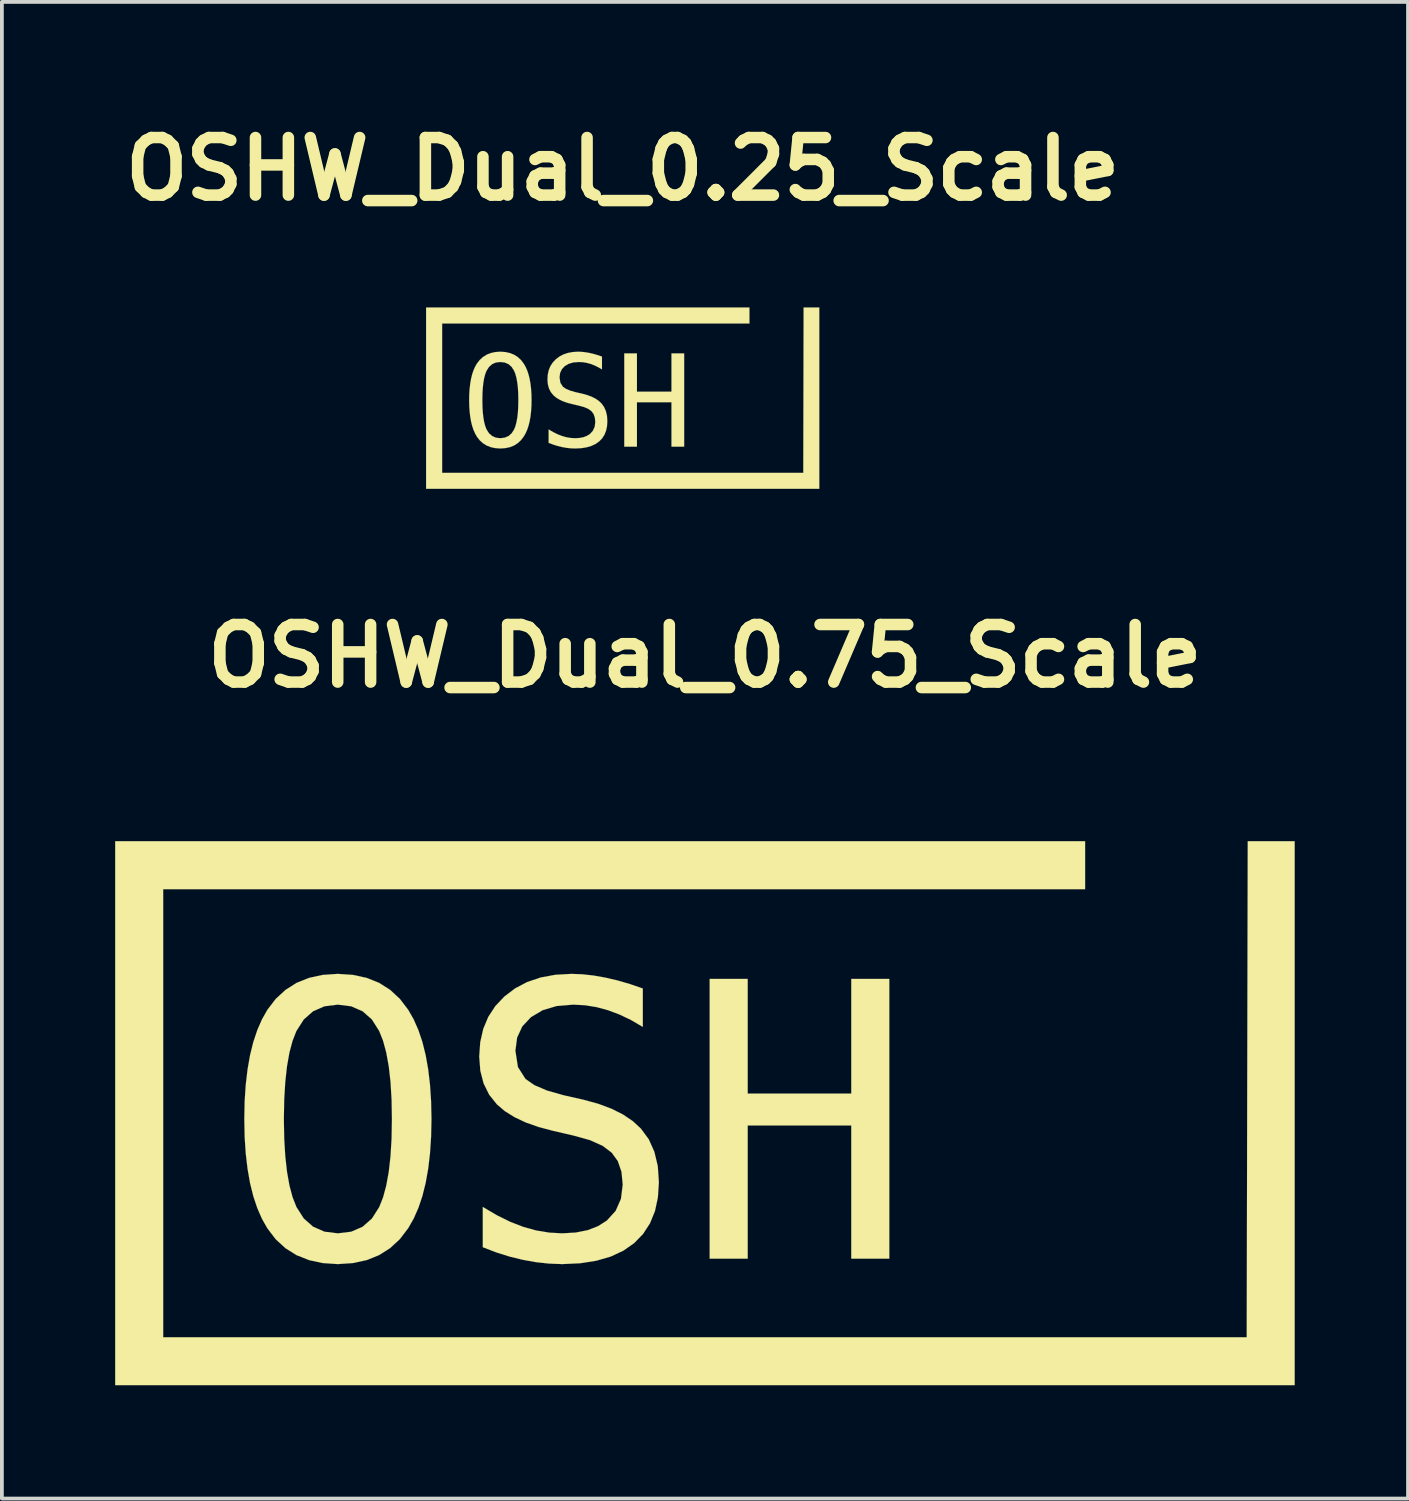
<source format=kicad_pcb>
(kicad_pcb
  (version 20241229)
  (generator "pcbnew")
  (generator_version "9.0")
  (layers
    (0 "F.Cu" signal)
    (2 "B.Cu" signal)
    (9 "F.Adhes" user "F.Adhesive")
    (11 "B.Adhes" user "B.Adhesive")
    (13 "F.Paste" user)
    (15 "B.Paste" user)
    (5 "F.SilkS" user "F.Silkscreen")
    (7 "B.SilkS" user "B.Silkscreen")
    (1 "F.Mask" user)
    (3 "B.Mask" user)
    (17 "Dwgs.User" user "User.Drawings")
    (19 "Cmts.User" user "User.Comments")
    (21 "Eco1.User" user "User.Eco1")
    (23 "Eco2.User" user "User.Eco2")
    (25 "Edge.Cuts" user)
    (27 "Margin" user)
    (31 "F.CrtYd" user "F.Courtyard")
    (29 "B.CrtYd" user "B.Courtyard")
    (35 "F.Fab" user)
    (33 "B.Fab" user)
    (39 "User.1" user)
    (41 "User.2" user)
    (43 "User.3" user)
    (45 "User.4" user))
  (footprint "OSHW_Dual_0.75_Scale"
    (layer "F.Cu")
    (at 15.618 25.502)
    (property "Reference" "OSHW_Dual_0.75_Scale" (at 0 -11.179 0) (layer "F.SilkS") (effects (font (size 1.524 1.524) (thickness 0.305))))
    (attr through_hole)
    (fp_poly (pts (xy 5.557 -2.628) (xy 6.534 -2.628) (xy 7.244 3.385) (xy 8.087 -0.594) (xy 9.134 -0.594) (xy 9.987 3.395) (xy 12.39 -8.131) (xy 13.367 -8.131) (xy 10.568 4.779) (xy 9.62 4.779) (xy 8.613 0.379) (xy 7.611 4.779) (xy 6.663 4.779) (xy 5.557 -2.628)) (stroke (width 0.003) (type solid)) (fill yes) (layer "F.Mask"))
    (fp_poly (pts (xy 0.125 -2.628) (xy 1.132 -2.628) (xy 1.132 0.408) (xy 3.875 0.408) (xy 3.875 -2.628) (xy 4.882 -2.628) (xy 4.882 4.779) (xy 3.875 4.779) (xy 3.875 1.252) (xy 1.132 1.252) (xy 1.132 4.779) (xy 0.125 4.779) (xy 0.125 -2.628)) (stroke (width 0.003) (type solid)) (fill yes) (layer "F.SilkS"))
    (fp_poly (pts (xy -15.617 -6.275) (xy -15.617 -5.64) (xy -15.617 7.496) (xy -15.617 8.131) (xy -14.982 8.131) (xy 14.982 8.131) (xy 15.617 8.131) (xy 15.617 7.496) (xy 15.617 -6.275) (xy 14.374 -6.275) (xy 14.347 6.861) (xy -14.347 6.861) (xy -14.347 -5.005) (xy 10.067 -5.005) (xy 10.067 -6.275) (xy -14.982 -6.275) (xy -15.617 -6.275)) (stroke (width 0.003) (type solid)) (fill yes) (layer "F.SilkS"))
    (fp_poly (pts (xy -1.646 -2.375) (xy -1.646 -1.358) (xy -1.951 -1.537) (xy -2.257 -1.684) (xy -2.564 -1.799) (xy -2.869 -1.882) (xy -3.177 -1.932) (xy -3.487 -1.948) (xy -3.927 -1.911) (xy -4.3 -1.8) (xy -4.608 -1.616) (xy -4.837 -1.372) (xy -4.974 -1.076) (xy -5.02 -0.728) (xy -4.953 -0.295) (xy -4.752 0.021) (xy -4.518 0.184) (xy -4.181 0.328) (xy -3.74 0.453) (xy -3.214 0.572) (xy -2.82 0.68) (xy -2.471 0.811) (xy -2.167 0.964) (xy -1.909 1.139) (xy -1.696 1.336) (xy -1.487 1.62) (xy -1.339 1.951) (xy -1.249 2.329) (xy -1.22 2.755) (xy -1.246 3.157) (xy -1.324 3.52) (xy -1.455 3.842) (xy -1.639 4.125) (xy -1.874 4.367) (xy -2.16 4.567) (xy -2.494 4.723) (xy -2.875 4.834) (xy -3.303 4.901) (xy -3.779 4.923) (xy -4.127 4.91) (xy -4.476 4.872) (xy -4.826 4.809) (xy -5.177 4.723) (xy -5.53 4.612) (xy -5.883 4.476) (xy -5.883 3.41) (xy -5.51 3.63) (xy -5.151 3.807) (xy -4.806 3.94) (xy -4.465 4.034) (xy -4.123 4.09) (xy -3.779 4.109) (xy -3.421 4.088) (xy -3.105 4.025) (xy -2.831 3.919) (xy -2.599 3.772) (xy -2.364 3.514) (xy -2.224 3.196) (xy -2.177 2.819) (xy -2.21 2.478) (xy -2.307 2.195) (xy -2.47 1.971) (xy -2.709 1.791) (xy -3.045 1.64) (xy -3.477 1.52) (xy -4.013 1.396) (xy -4.403 1.293) (xy -4.748 1.171) (xy -5.047 1.03) (xy -5.302 0.87) (xy -5.511 0.691) (xy -5.715 0.435) (xy -5.861 0.139) (xy -5.948 -0.197) (xy -5.977 -0.574) (xy -5.95 -0.955) (xy -5.871 -1.304) (xy -5.738 -1.622) (xy -5.552 -1.907) (xy -5.312 -2.161) (xy -5.027 -2.378) (xy -4.707 -2.546) (xy -4.351 -2.666) (xy -3.961 -2.738) (xy -3.536 -2.762) (xy -3.247 -2.751) (xy -2.948 -2.718) (xy -2.638 -2.663) (xy -2.319 -2.589) (xy -1.988 -2.493) (xy -1.646 -2.375)) (stroke (width 0.003) (type solid)) (fill yes) (layer "F.SilkS"))
    (fp_poly (pts (xy -8.289 1.083) (xy -7.242 1.083) (xy -7.252 1.551) (xy -7.281 1.989) (xy -7.329 2.396) (xy -7.396 2.772) (xy -7.482 3.118) (xy -7.588 3.433) (xy -7.713 3.717) (xy -7.857 3.97) (xy -8.079 4.261) (xy -8.336 4.499) (xy -8.629 4.685) (xy -8.958 4.817) (xy -9.322 4.896) (xy -9.723 4.923) (xy -10.123 4.896) (xy -10.488 4.817) (xy -10.816 4.686) (xy -11.109 4.502) (xy -11.367 4.265) (xy -11.588 3.975) (xy -11.731 3.723) (xy -11.855 3.439) (xy -11.96 3.124) (xy -12.046 2.778) (xy -12.112 2.401) (xy -12.16 1.993) (xy -12.189 1.554) (xy -12.198 1.083) (xy -12.189 0.613) (xy -12.16 0.175) (xy -12.112 -0.233) (xy -12.046 -0.61) (xy -11.96 -0.956) (xy -11.855 -1.271) (xy -11.731 -1.556) (xy -11.588 -1.809) (xy -11.365 -2.1) (xy -11.107 -2.338) (xy -10.814 -2.524) (xy -10.485 -2.656) (xy -10.122 -2.735) (xy -9.723 -2.762) (xy -9.322 -2.735) (xy -8.958 -2.656) (xy -8.629 -2.524) (xy -8.336 -2.338) (xy -8.079 -2.1) (xy -7.857 -1.809) (xy -7.713 -1.556) (xy -7.588 -1.271) (xy -7.482 -0.956) (xy -7.396 -0.61) (xy -7.329 -0.233) (xy -7.281 0.175) (xy -7.252 0.613) (xy -7.242 1.083) (xy -8.289 1.083) (xy -8.298 0.565) (xy -8.326 0.099) (xy -8.373 -0.316) (xy -8.439 -0.679) (xy -8.523 -0.99) (xy -8.626 -1.249) (xy -8.819 -1.555) (xy -9.067 -1.773) (xy -9.368 -1.904) (xy -9.723 -1.948) (xy -10.076 -1.904) (xy -10.376 -1.773) (xy -10.624 -1.555) (xy -10.819 -1.249) (xy -10.921 -0.99) (xy -11.004 -0.679) (xy -11.068 -0.316) (xy -11.114 0.099) (xy -11.142 0.565) (xy -11.151 1.083) (xy -11.142 1.6) (xy -11.114 2.065) (xy -11.068 2.478) (xy -11.004 2.84) (xy -10.921 3.151) (xy -10.819 3.41) (xy -10.624 3.716) (xy -10.376 3.934) (xy -10.076 4.065) (xy -9.723 4.109) (xy -9.368 4.066) (xy -9.067 3.936) (xy -8.819 3.718) (xy -8.626 3.415) (xy -8.523 3.156) (xy -8.439 2.845) (xy -8.373 2.482) (xy -8.326 2.067) (xy -8.298 1.601) (xy -8.289 1.083)) (stroke (width 0.003) (type solid)) (fill yes) (layer "F.SilkS")))
  (footprint "OSHW_Dual_0.25_Scale"
    (layer "F.Cu")
    (at 13.44 7.185)
    (property "Reference" "OSHW_Dual_0.25_Scale" (at 0 -5.758 0) (layer "F.SilkS") (effects (font (size 1.524 1.524) (thickness 0.305))))
    (attr through_hole)
    (fp_poly (pts (xy 1.852 -0.876) (xy 2.178 -0.876) (xy 2.415 1.128) (xy 2.696 -0.198) (xy 3.045 -0.198) (xy 3.329 1.132) (xy 4.13 -2.71) (xy 4.456 -2.71) (xy 3.523 1.593) (xy 3.207 1.593) (xy 2.871 0.126) (xy 2.537 1.593) (xy 2.221 1.593) (xy 1.852 -0.876)) (stroke (width 0.003) (type solid)) (fill yes) (layer "F.Mask"))
    (fp_poly (pts (xy 0.042 -0.876) (xy 0.377 -0.876) (xy 0.377 0.136) (xy 1.292 0.136) (xy 1.292 -0.876) (xy 1.627 -0.876) (xy 1.627 1.593) (xy 1.292 1.593) (xy 1.292 0.417) (xy 0.377 0.417) (xy 0.377 1.593) (xy 0.042 1.593) (xy 0.042 -0.876)) (stroke (width 0.003) (type solid)) (fill yes) (layer "F.SilkS"))
    (fp_poly (pts (xy -5.206 -2.092) (xy -5.206 -1.88) (xy -5.206 2.499) (xy -5.206 2.71) (xy -4.994 2.71) (xy 4.994 2.71) (xy 5.206 2.71) (xy 5.206 2.499) (xy 5.206 -2.092) (xy 4.791 -2.092) (xy 4.782 2.287) (xy -4.782 2.287) (xy -4.782 -1.668) (xy 3.356 -1.668) (xy 3.356 -2.092) (xy -4.994 -2.092) (xy -5.206 -2.092)) (stroke (width 0.003) (type solid)) (fill yes) (layer "F.SilkS"))
    (fp_poly (pts (xy -0.549 -0.792) (xy -0.549 -0.453) (xy -0.65 -0.512) (xy -0.752 -0.561) (xy -0.855 -0.6) (xy -0.956 -0.627) (xy -1.059 -0.644) (xy -1.162 -0.649) (xy -1.309 -0.637) (xy -1.433 -0.6) (xy -1.536 -0.539) (xy -1.612 -0.457) (xy -1.658 -0.359) (xy -1.673 -0.243) (xy -1.651 -0.098) (xy -1.584 0.007) (xy -1.506 0.061) (xy -1.394 0.109) (xy -1.247 0.151) (xy -1.071 0.191) (xy -0.94 0.227) (xy -0.824 0.27) (xy -0.722 0.321) (xy -0.636 0.38) (xy -0.565 0.445) (xy -0.496 0.54) (xy -0.446 0.65) (xy -0.416 0.776) (xy -0.407 0.918) (xy -0.415 1.052) (xy -0.441 1.173) (xy -0.485 1.281) (xy -0.546 1.375) (xy -0.625 1.456) (xy -0.72 1.522) (xy -0.831 1.574) (xy -0.958 1.611) (xy -1.101 1.634) (xy -1.26 1.641) (xy -1.376 1.637) (xy -1.492 1.624) (xy -1.609 1.603) (xy -1.726 1.574) (xy -1.843 1.537) (xy -1.961 1.492) (xy -1.961 1.137) (xy -1.837 1.21) (xy -1.717 1.269) (xy -1.602 1.313) (xy -1.488 1.345) (xy -1.374 1.363) (xy -1.26 1.37) (xy -1.14 1.363) (xy -1.035 1.342) (xy -0.944 1.306) (xy -0.866 1.257) (xy -0.788 1.171) (xy -0.741 1.065) (xy -0.726 0.94) (xy -0.737 0.826) (xy -0.769 0.732) (xy -0.823 0.657) (xy -0.903 0.597) (xy -1.015 0.547) (xy -1.159 0.507) (xy -1.338 0.465) (xy -1.468 0.431) (xy -1.583 0.39) (xy -1.682 0.343) (xy -1.767 0.29) (xy -1.837 0.23) (xy -1.905 0.145) (xy -1.954 0.046) (xy -1.983 -0.066) (xy -1.992 -0.191) (xy -1.983 -0.318) (xy -1.957 -0.435) (xy -1.913 -0.541) (xy -1.851 -0.636) (xy -1.771 -0.72) (xy -1.676 -0.793) (xy -1.569 -0.849) (xy -1.45 -0.889) (xy -1.32 -0.913) (xy -1.179 -0.921) (xy -1.082 -0.917) (xy -0.983 -0.906) (xy -0.879 -0.888) (xy -0.773 -0.863) (xy -0.663 -0.831) (xy -0.549 -0.792)) (stroke (width 0.003) (type solid)) (fill yes) (layer "F.SilkS"))
    (fp_poly (pts (xy -2.763 0.361) (xy -2.414 0.361) (xy -2.417 0.517) (xy -2.427 0.663) (xy -2.443 0.799) (xy -2.465 0.924) (xy -2.494 1.039) (xy -2.529 1.144) (xy -2.571 1.239) (xy -2.619 1.323) (xy -2.693 1.42) (xy -2.779 1.5) (xy -2.876 1.562) (xy -2.986 1.606) (xy -3.107 1.632) (xy -3.241 1.641) (xy -3.374 1.632) (xy -3.496 1.606) (xy -3.605 1.562) (xy -3.703 1.501) (xy -3.789 1.422) (xy -3.863 1.325) (xy -3.91 1.241) (xy -3.952 1.146) (xy -3.987 1.041) (xy -4.015 0.926) (xy -4.037 0.8) (xy -4.053 0.664) (xy -4.063 0.518) (xy -4.066 0.361) (xy -4.063 0.204) (xy -4.053 0.058) (xy -4.037 -0.078) (xy -4.015 -0.203) (xy -3.987 -0.319) (xy -3.952 -0.424) (xy -3.91 -0.519) (xy -3.863 -0.603) (xy -3.788 -0.7) (xy -3.702 -0.779) (xy -3.605 -0.841) (xy -3.495 -0.885) (xy -3.374 -0.912) (xy -3.241 -0.921) (xy -3.107 -0.912) (xy -2.986 -0.885) (xy -2.876 -0.841) (xy -2.779 -0.779) (xy -2.693 -0.7) (xy -2.619 -0.603) (xy -2.571 -0.519) (xy -2.529 -0.424) (xy -2.494 -0.319) (xy -2.465 -0.203) (xy -2.443 -0.078) (xy -2.427 0.058) (xy -2.417 0.204) (xy -2.414 0.361) (xy -2.763 0.361) (xy -2.766 0.188) (xy -2.775 0.033) (xy -2.791 -0.105) (xy -2.813 -0.226) (xy -2.841 -0.33) (xy -2.875 -0.416) (xy -2.94 -0.518) (xy -3.022 -0.591) (xy -3.123 -0.635) (xy -3.241 -0.649) (xy -3.359 -0.635) (xy -3.459 -0.591) (xy -3.541 -0.518) (xy -3.606 -0.416) (xy -3.64 -0.33) (xy -3.668 -0.226) (xy -3.689 -0.105) (xy -3.705 0.033) (xy -3.714 0.188) (xy -3.717 0.361) (xy -3.714 0.533) (xy -3.705 0.688) (xy -3.689 0.826) (xy -3.668 0.947) (xy -3.64 1.05) (xy -3.606 1.137) (xy -3.541 1.239) (xy -3.459 1.311) (xy -3.359 1.355) (xy -3.241 1.37) (xy -3.123 1.355) (xy -3.022 1.312) (xy -2.94 1.239) (xy -2.875 1.138) (xy -2.841 1.052) (xy -2.813 0.948) (xy -2.791 0.827) (xy -2.775 0.689) (xy -2.766 0.534) (xy -2.763 0.361)) (stroke (width 0.003) (type solid)) (fill yes) (layer "F.SilkS")))
  (gr_rect
    (start -3 -3)
    (end 34.237 36.634)
    (stroke (width 0.1) (type default))
    (fill no)
    (layer "Edge.Cuts")))
</source>
